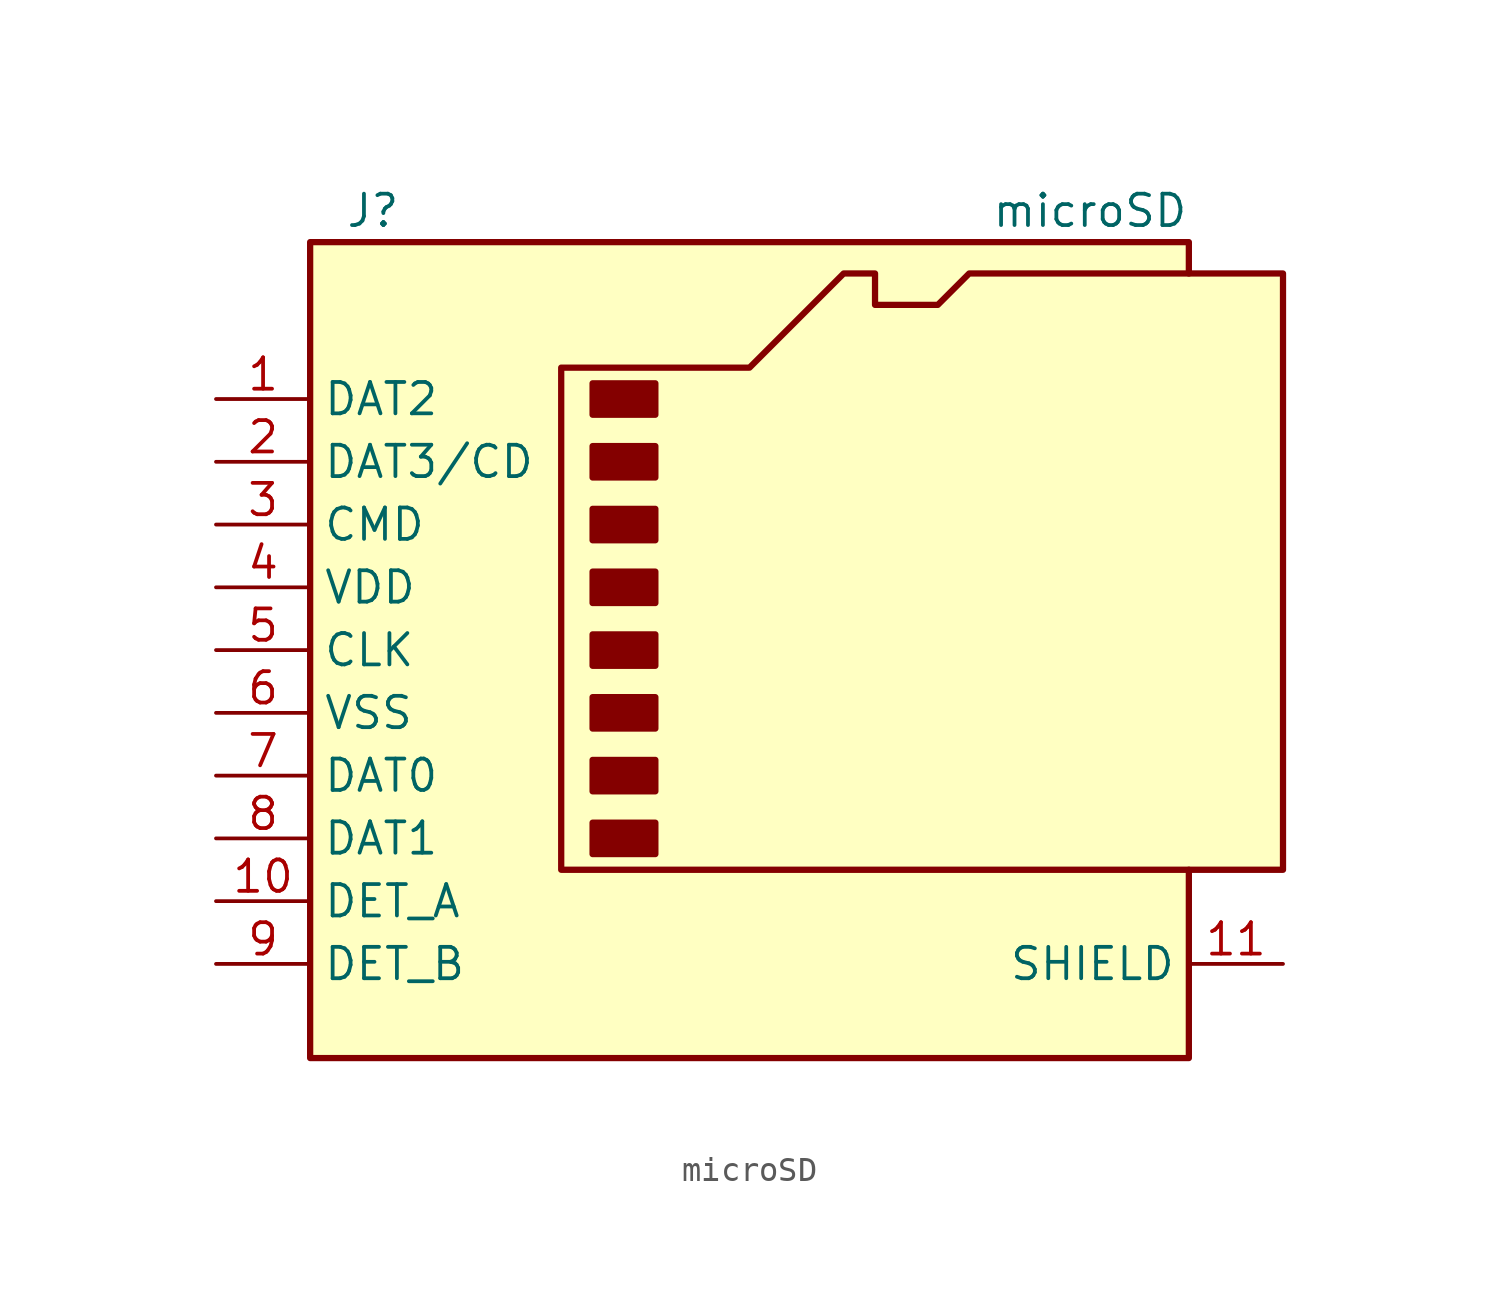
<source format=kicad_sym>
(kicad_symbol_lib
  (version 20241209)
  (generator "kicad_symbol_editor")
  (generator_version "9.0")
  (symbol "microSD"
    (property "Reference" "J"
      (at -16.51 17.78 0)
      (effects (font (size 1.27 1.27))))
    (property "Value" "microSD"
      (at 16.51 17.78 0)
      (effects (font (size 1.27 1.27)) (justify right)))
    (symbol "microSD_0_1"
      (polyline (pts (xy -8.89 -8.89) (xy -8.89 11.43) (xy -1.27 11.43) (xy 2.54 15.24) (xy 3.81 15.24) (xy 3.81 13.97) (xy 6.35 13.97) (xy 7.62 15.24) (xy 20.32 15.24) (xy 20.32 -8.89) (xy -8.89 -8.89)) (stroke (width 0.254) (type default)) (fill (type background)))
      (rectangle (start -7.62 10.795) (end -5.08 9.525) (stroke (width 0.254) (type default)) (fill (type outline)))
      (rectangle (start -7.62 8.255) (end -5.08 6.985) (stroke (width 0.254) (type default)) (fill (type outline)))
      (rectangle (start -7.62 5.715) (end -5.08 4.445) (stroke (width 0.254) (type default)) (fill (type outline)))
      (rectangle (start -7.62 3.175) (end -5.08 1.905) (stroke (width 0.254) (type default)) (fill (type outline)))
      (rectangle (start -7.62 0.635) (end -5.08 -0.635) (stroke (width 0.254) (type default)) (fill (type outline)))
      (rectangle (start -7.62 -1.905) (end -5.08 -3.175) (stroke (width 0.254) (type default)) (fill (type outline)))
      (rectangle (start -7.62 -4.445) (end -5.08 -5.715) (stroke (width 0.254) (type default)) (fill (type outline)))
      (rectangle (start -7.62 -6.985) (end -5.08 -8.255) (stroke (width 0.254) (type default)) (fill (type outline)))
      (polyline (pts (xy 16.51 15.24) (xy 16.51 16.51) (xy -19.05 16.51) (xy -19.05 -16.51) (xy 16.51 -16.51) (xy 16.51 -8.89)) (stroke (width 0.254) (type default)) (fill (type background))))
    (symbol "microSD_1_1"
      (pin bidirectional line (at -22.86 10.16 0) (length 3.81) (name "DAT2" (effects (font (size 1.27 1.27)))) (number "1" (effects (font (size 1.27 1.27)))))
      (pin bidirectional line (at -22.86 7.62 0) (length 3.81) (name "DAT3/CD" (effects (font (size 1.27 1.27)))) (number "2" (effects (font (size 1.27 1.27)))))
      (pin input line (at -22.86 5.08 0) (length 3.81) (name "CMD" (effects (font (size 1.27 1.27)))) (number "3" (effects (font (size 1.27 1.27)))))
      (pin power_in line (at -22.86 2.54 0) (length 3.81) (name "VDD" (effects (font (size 1.27 1.27)))) (number "4" (effects (font (size 1.27 1.27)))))
      (pin input line (at -22.86 0 0) (length 3.81) (name "CLK" (effects (font (size 1.27 1.27)))) (number "5" (effects (font (size 1.27 1.27)))))
      (pin power_in line (at -22.86 -2.54 0) (length 3.81) (name "VSS" (effects (font (size 1.27 1.27)))) (number "6" (effects (font (size 1.27 1.27)))))
      (pin bidirectional line (at -22.86 -5.08 0) (length 3.81) (name "DAT0" (effects (font (size 1.27 1.27)))) (number "7" (effects (font (size 1.27 1.27)))))
      (pin bidirectional line (at -22.86 -7.62 0) (length 3.81) (name "DAT1" (effects (font (size 1.27 1.27)))) (number "8" (effects (font (size 1.27 1.27)))))
      (pin passive line (at -22.86 -10.16 0) (length 3.81) (name "DET_A" (effects (font (size 1.27 1.27)))) (number "10" (effects (font (size 1.27 1.27)))))
      (pin passive line (at -22.86 -12.7 0) (length 3.81) (name "DET_B" (effects (font (size 1.27 1.27)))) (number "9" (effects (font (size 1.27 1.27)))))
      (pin passive line (at 20.32 -12.7 180) (length 3.81) (name "SHIELD" (effects (font (size 1.27 1.27)))) (number "11" (effects (font (size 1.27 1.27))))))))
</source>
